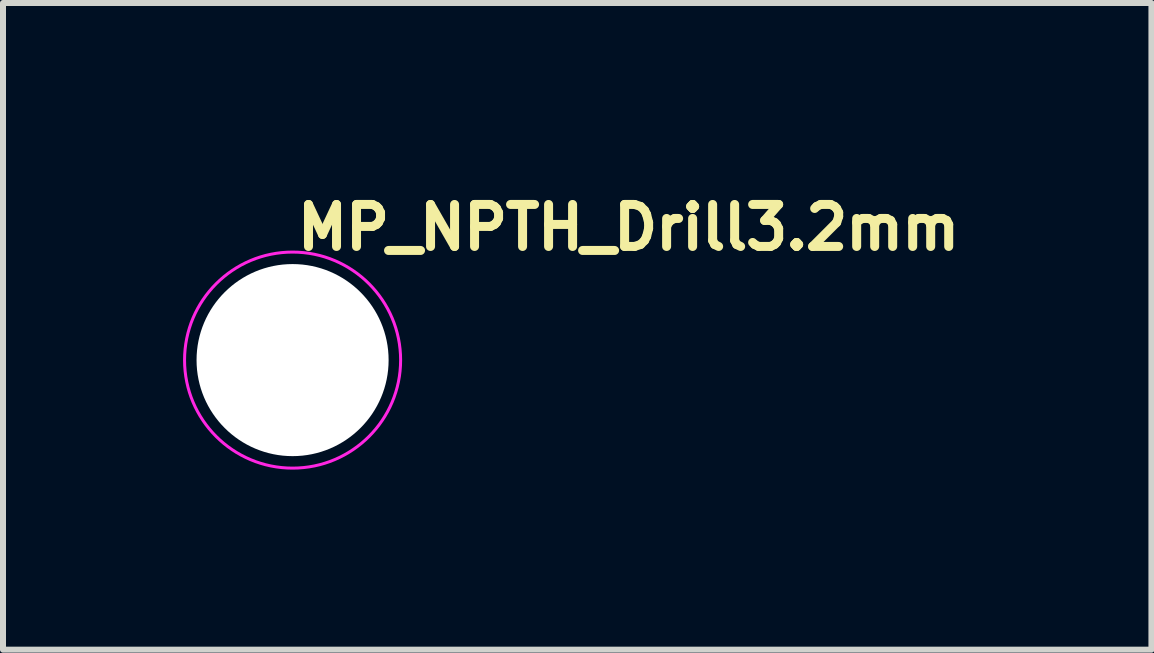
<source format=kicad_pcb>
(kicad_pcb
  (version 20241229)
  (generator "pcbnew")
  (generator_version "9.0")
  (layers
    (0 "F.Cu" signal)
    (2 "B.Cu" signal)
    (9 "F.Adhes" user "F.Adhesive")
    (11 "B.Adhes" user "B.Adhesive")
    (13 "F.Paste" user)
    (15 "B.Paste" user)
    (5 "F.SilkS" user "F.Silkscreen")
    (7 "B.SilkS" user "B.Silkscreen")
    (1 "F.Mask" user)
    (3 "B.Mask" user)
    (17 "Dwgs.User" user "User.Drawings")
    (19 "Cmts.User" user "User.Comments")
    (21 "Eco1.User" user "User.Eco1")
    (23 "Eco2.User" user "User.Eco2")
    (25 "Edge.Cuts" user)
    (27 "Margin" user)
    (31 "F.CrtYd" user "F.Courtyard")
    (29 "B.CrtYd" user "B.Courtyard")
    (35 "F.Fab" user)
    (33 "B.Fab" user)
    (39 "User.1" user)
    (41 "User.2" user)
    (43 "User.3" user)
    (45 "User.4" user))
  (footprint "MP_NPTH_Drill3.2mm"
    (layer "F.Cu")
    (at 1.825 2.95)
    (property "Reference" "MP_NPTH_Drill3.2mm" (at 0 -1.8 0) (layer "F.SilkS") (effects (font (size 0.7 0.7) (thickness 0.15)) (justify left bottom)))
    (attr exclude_from_pos_files exclude_from_bom)
    (fp_circle (center 0 0) (end 1.8 0) (stroke (width 0.05) (type default)) (fill no) (layer "F.CrtYd"))
    (pad "" np_thru_hole circle (at 0 0) (size 3.2 3.2) (drill 3.2) (layers "*.Cu" "*.Mask")))
  (gr_rect
    (start -3 -3)
    (end 16.135 7.775)
    (stroke (width 0.1) (type default))
    (fill no)
    (layer "Edge.Cuts")))
</source>
